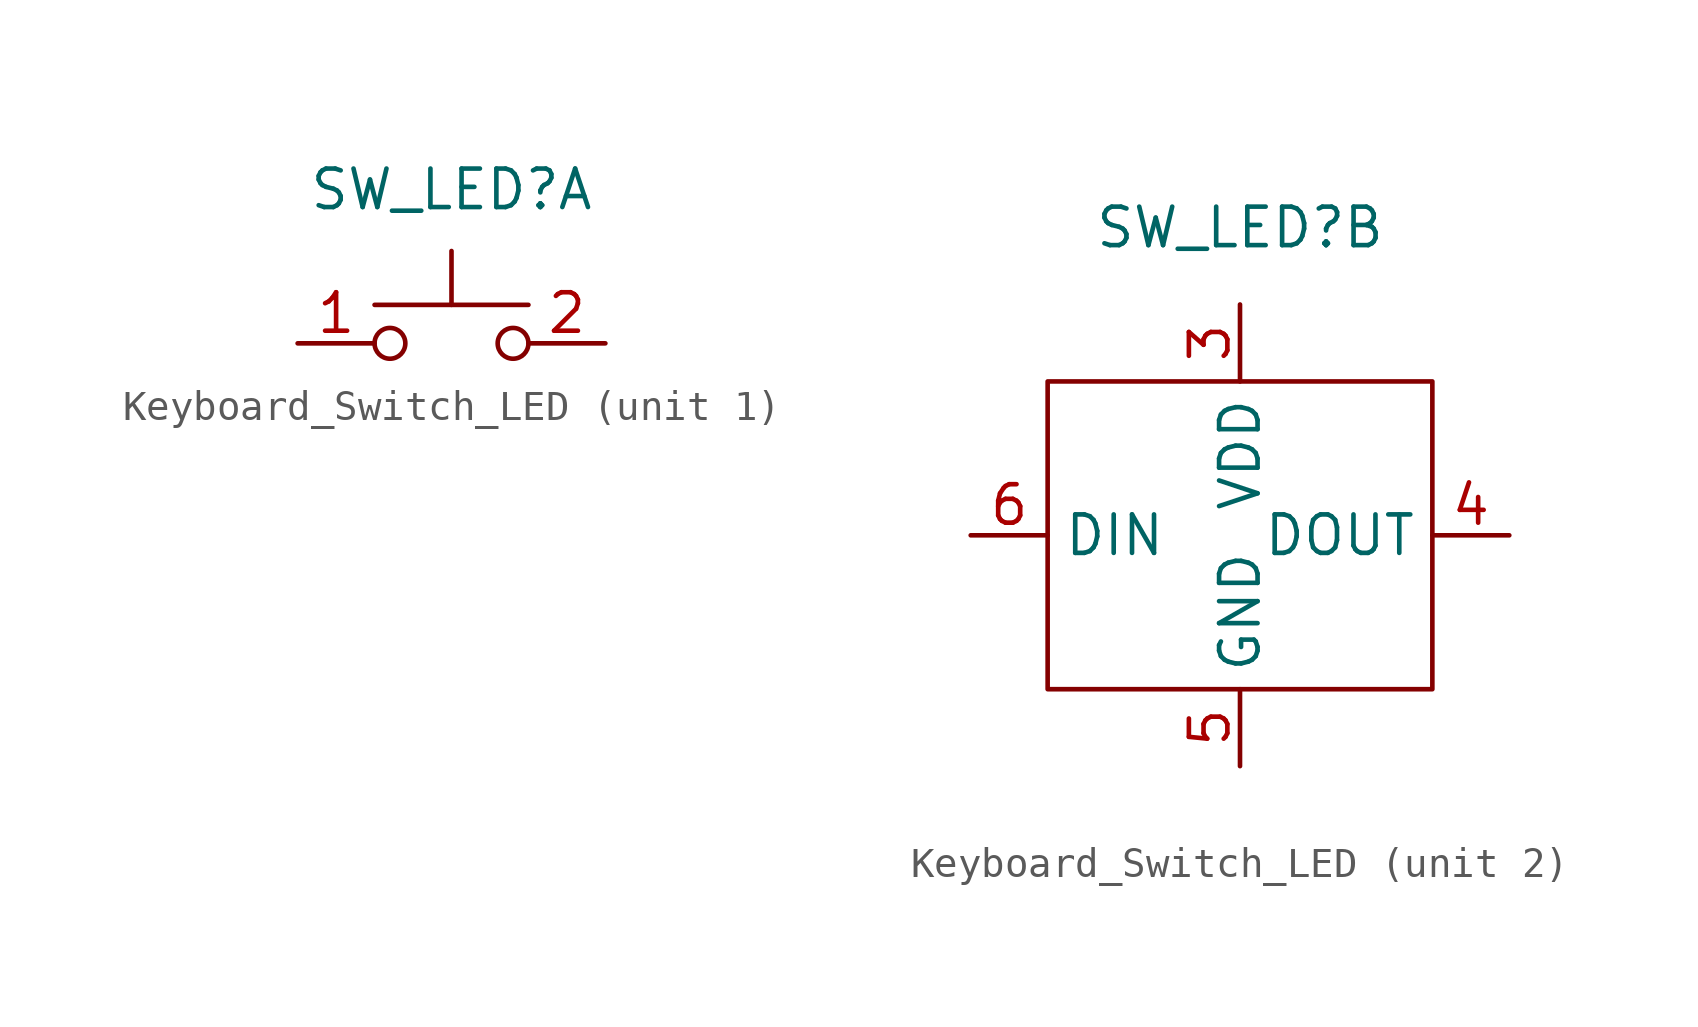
<source format=kicad_sym>
(kicad_symbol_lib
  (version 20220914)
  (generator kicad_symbol_editor)
  (symbol "Keyboard_Switch_LED"
    (property "Reference" "SW_LED"
      (at 0 2.54 0)
      (effects (font (size 1.27 1.27))))
    (property "Value" ""
      (at 0 3.81 0)
      (effects (font (size 1.27 1.27))))
    (property "ki_locked" ""
      (at 0 0 0)
      (effects (font (size 1.27 1.27))))
    (symbol "Keyboard_Switch_LED_1_1"
      (circle (center -2.032 -2.54) (radius 0.508) (stroke (width 0) (type default)) (fill (type none)))
      (polyline (pts (xy 0 -1.27) (xy 0 0.508)) (stroke (width 0) (type default)) (fill (type none)))
      (polyline (pts (xy 2.54 -1.27) (xy -2.54 -1.27)) (stroke (width 0) (type default)) (fill (type none)))
      (circle (center 2.032 -2.54) (radius 0.508) (stroke (width 0) (type default)) (fill (type none)))
      (pin passive line (at -5.08 -2.54 0) (length 2.54) (name "" (effects (font (size 1.27 1.27)))) (number "1" (effects (font (size 1.27 1.27)))))
      (pin passive line (at 5.08 -2.54 180) (length 2.54) (name "" (effects (font (size 1.27 1.27)))) (number "2" (effects (font (size 1.27 1.27))))))
    (symbol "Keyboard_Switch_LED_2_1"
      (rectangle (start -6.35 -2.54) (end 6.35 -12.7) (stroke (width 0) (type default)) (fill (type none)))
      (pin power_in line (at 0 0 270) (length 2.54) (name "VDD" (effects (font (size 1.27 1.27)))) (number "3" (effects (font (size 1.27 1.27)))))
      (pin output line (at 8.89 -7.62 180) (length 2.54) (name "DOUT" (effects (font (size 1.27 1.27)))) (number "4" (effects (font (size 1.27 1.27)))))
      (pin power_in line (at 0 -15.24 90) (length 2.54) (name "GND" (effects (font (size 1.27 1.27)))) (number "5" (effects (font (size 1.27 1.27)))))
      (pin input line (at -8.89 -7.62 0) (length 2.54) (name "DIN" (effects (font (size 1.27 1.27)))) (number "6" (effects (font (size 1.27 1.27))))))))
</source>
